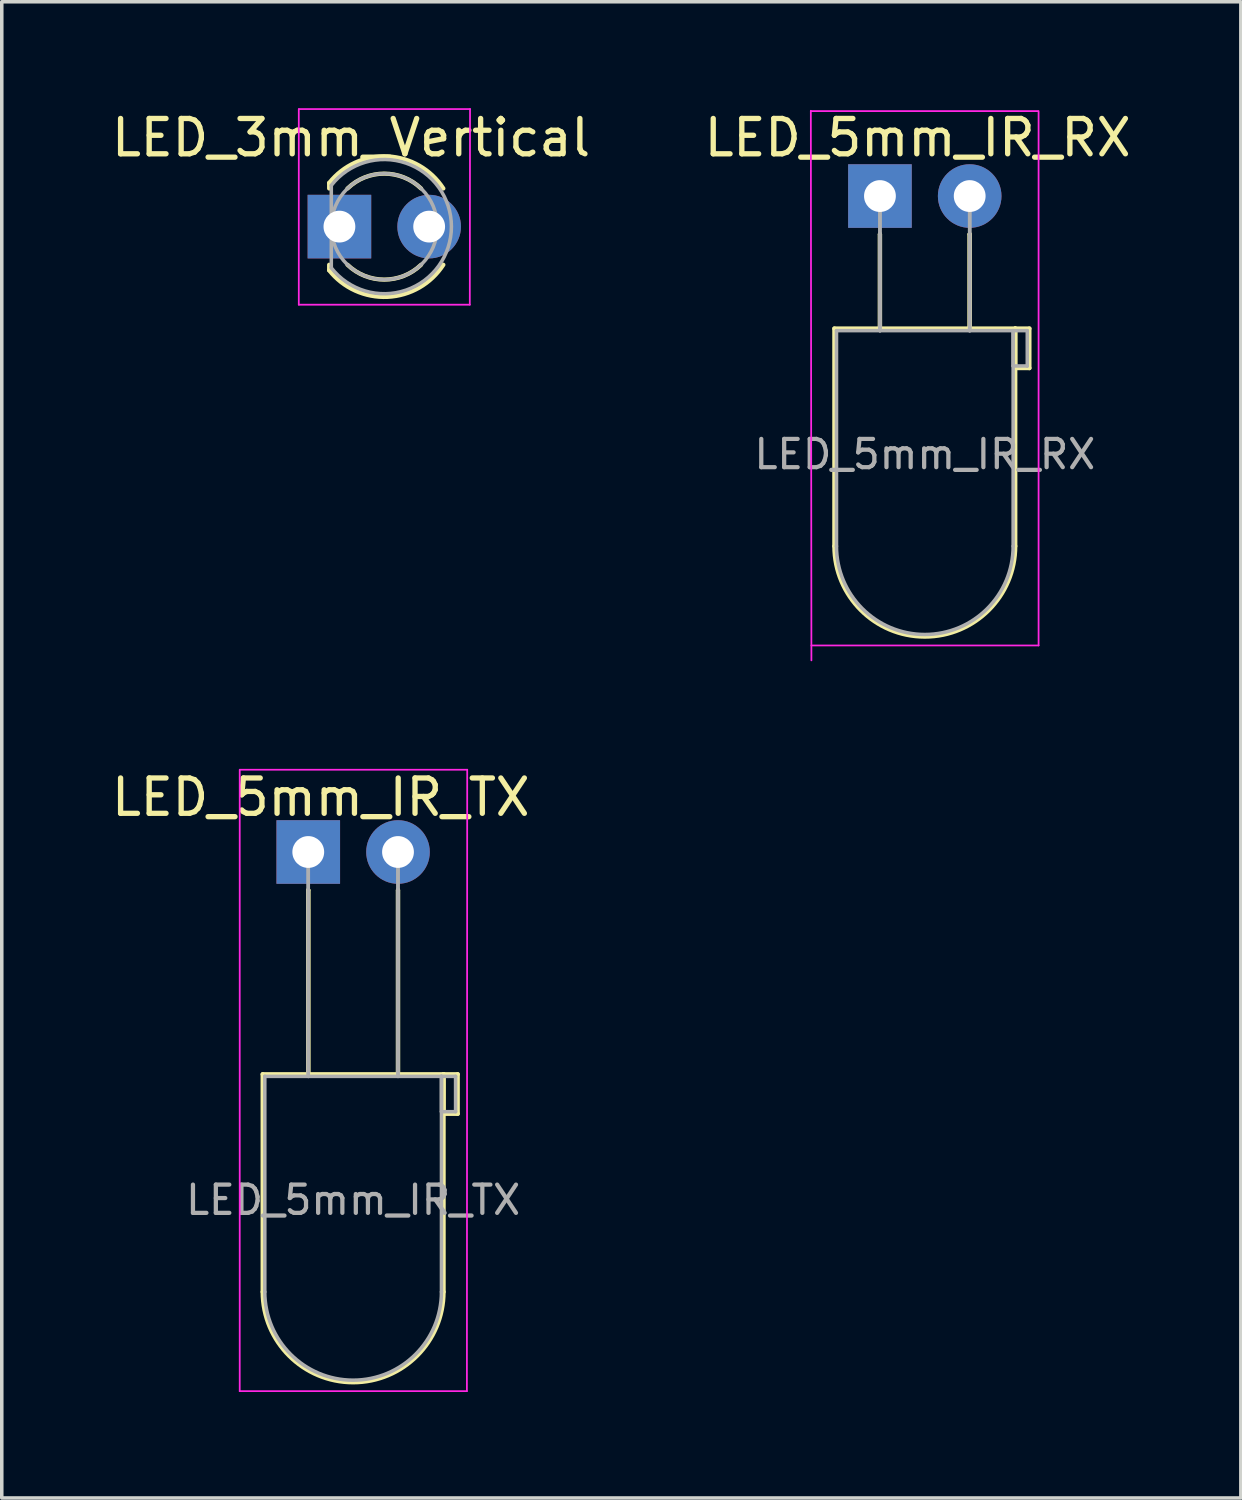
<source format=kicad_pcb>
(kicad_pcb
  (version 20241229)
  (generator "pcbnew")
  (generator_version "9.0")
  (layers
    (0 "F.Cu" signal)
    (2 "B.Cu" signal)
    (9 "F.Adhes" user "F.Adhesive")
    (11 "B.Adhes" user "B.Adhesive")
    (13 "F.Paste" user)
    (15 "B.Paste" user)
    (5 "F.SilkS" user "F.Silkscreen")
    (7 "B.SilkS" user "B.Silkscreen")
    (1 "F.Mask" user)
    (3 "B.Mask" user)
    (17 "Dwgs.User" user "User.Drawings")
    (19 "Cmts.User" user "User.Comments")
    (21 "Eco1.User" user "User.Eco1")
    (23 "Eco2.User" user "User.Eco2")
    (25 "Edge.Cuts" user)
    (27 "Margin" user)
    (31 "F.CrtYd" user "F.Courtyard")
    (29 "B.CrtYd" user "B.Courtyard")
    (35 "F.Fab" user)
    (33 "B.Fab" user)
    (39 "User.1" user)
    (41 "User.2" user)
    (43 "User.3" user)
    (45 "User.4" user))
  (footprint "LED_5mm_IR_TX"
    (layer "F.Cu")
    (at 5.7 19.947)
    (property "Reference" "LED_5mm_IR_TX" (at 0.33 -0.432 0) (layer "F.SilkS") (effects (font (size 1 1) (thickness 0.15))))
    (attr through_hole)
    (fp_line (start -1.315 7.408) (end -1.315 13.568) (stroke (width 0.12) (type solid)) (layer "F.SilkS"))
    (fp_line (start -1.315 7.408) (end 3.805 7.408) (stroke (width 0.12) (type solid)) (layer "F.SilkS"))
    (fp_line (start -0.025 2.198) (end -0.025 2.198) (stroke (width 0.12) (type solid)) (layer "F.SilkS"))
    (fp_line (start -0.025 2.198) (end -0.025 7.408) (stroke (width 0.12) (type solid)) (layer "F.SilkS"))
    (fp_line (start -0.025 7.408) (end -0.025 2.198) (stroke (width 0.12) (type solid)) (layer "F.SilkS"))
    (fp_line (start -0.025 7.408) (end -0.025 7.408) (stroke (width 0.12) (type solid)) (layer "F.SilkS"))
    (fp_line (start 2.515 2.198) (end 2.515 2.198) (stroke (width 0.12) (type solid)) (layer "F.SilkS"))
    (fp_line (start 2.515 2.198) (end 2.515 7.408) (stroke (width 0.12) (type solid)) (layer "F.SilkS"))
    (fp_line (start 2.515 7.408) (end 2.515 2.198) (stroke (width 0.12) (type solid)) (layer "F.SilkS"))
    (fp_line (start 2.515 7.408) (end 2.515 7.408) (stroke (width 0.12) (type solid)) (layer "F.SilkS"))
    (fp_line (start 3.805 7.408) (end 3.805 13.568) (stroke (width 0.12) (type solid)) (layer "F.SilkS"))
    (fp_line (start 3.805 7.408) (end 4.205 7.408) (stroke (width 0.12) (type solid)) (layer "F.SilkS"))
    (fp_line (start 3.805 8.528) (end 3.805 7.408) (stroke (width 0.12) (type solid)) (layer "F.SilkS"))
    (fp_line (start 4.205 7.408) (end 4.205 8.528) (stroke (width 0.12) (type solid)) (layer "F.SilkS"))
    (fp_line (start 4.205 8.528) (end 3.805 8.528) (stroke (width 0.12) (type solid)) (layer "F.SilkS"))
    (fp_arc (start 3.8046 13.5676) (mid 1.2446 16.1276) (end -1.3154 13.5676) (stroke (width 0.12) (type solid)) (layer "F.SilkS"))
    (fp_line (start -1.965 -1.21) (end -1.965 16.378) (stroke (width 0.05) (type solid)) (layer "F.CrtYd"))
    (fp_line (start -1.965 16.378) (end 4.465 16.378) (stroke (width 0.05) (type solid)) (layer "F.CrtYd"))
    (fp_line (start 4.465 16.378) (end 4.474 -1.21) (stroke (width 0.05) (type solid)) (layer "F.CrtYd"))
    (fp_line (start 4.474 -1.21) (end -1.956 -1.21) (stroke (width 0.05) (type solid)) (layer "F.CrtYd"))
    (fp_line (start -1.255 7.468) (end -1.255 13.568) (stroke (width 0.1) (type solid)) (layer "F.Fab"))
    (fp_line (start -1.255 7.468) (end 3.745 7.468) (stroke (width 0.1) (type solid)) (layer "F.Fab"))
    (fp_line (start -0.025 1.118) (end -0.025 1.118) (stroke (width 0.1) (type solid)) (layer "F.Fab"))
    (fp_line (start -0.025 1.118) (end -0.025 7.468) (stroke (width 0.1) (type solid)) (layer "F.Fab"))
    (fp_line (start -0.025 7.468) (end -0.025 1.118) (stroke (width 0.1) (type solid)) (layer "F.Fab"))
    (fp_line (start -0.025 7.468) (end -0.025 7.468) (stroke (width 0.1) (type solid)) (layer "F.Fab"))
    (fp_line (start 2.515 1.118) (end 2.515 1.118) (stroke (width 0.1) (type solid)) (layer "F.Fab"))
    (fp_line (start 2.515 1.118) (end 2.515 7.468) (stroke (width 0.1) (type solid)) (layer "F.Fab"))
    (fp_line (start 2.515 7.468) (end 2.515 1.118) (stroke (width 0.1) (type solid)) (layer "F.Fab"))
    (fp_line (start 2.515 7.468) (end 2.515 7.468) (stroke (width 0.1) (type solid)) (layer "F.Fab"))
    (fp_line (start 3.745 7.468) (end 3.745 13.568) (stroke (width 0.1) (type solid)) (layer "F.Fab"))
    (fp_line (start 3.745 7.468) (end 4.145 7.468) (stroke (width 0.1) (type solid)) (layer "F.Fab"))
    (fp_line (start 3.745 8.468) (end 3.745 7.468) (stroke (width 0.1) (type solid)) (layer "F.Fab"))
    (fp_line (start 4.145 7.468) (end 4.145 8.468) (stroke (width 0.1) (type solid)) (layer "F.Fab"))
    (fp_line (start 4.145 8.468) (end 3.745 8.468) (stroke (width 0.1) (type solid)) (layer "F.Fab"))
    (fp_arc (start 3.7446 13.5676) (mid 1.2446 16.0676) (end -1.2554 13.5676) (stroke (width 0.1) (type solid)) (layer "F.Fab"))
    (fp_text user "${REFERENCE}" (at 1.245 10.968 0) (layer "F.Fab") (effects (font (size 0.8 0.8) (thickness 0.12))))
    (pad "1" thru_hole rect (at -0.025 1.118) (size 1.8 1.8) (drill 0.9) (layers "*.Cu" "B.Mask"))
    (pad "2" thru_hole circle (at 2.515 1.118) (size 1.8 1.8) (drill 0.9) (layers "*.Cu" "B.Mask")))
  (footprint "LED_5mm_IR_RX"
    (layer "F.Cu")
    (at 21.805 1.305)
    (property "Reference" "LED_5mm_IR_RX" (at 1.118 -0.457 0) (layer "F.SilkS") (effects (font (size 1 1) (thickness 0.15))))
    (attr through_hole)
    (fp_line (start -1.239 4.944) (end -1.239 11.104) (stroke (width 0.12) (type solid)) (layer "F.SilkS"))
    (fp_line (start -1.239 4.944) (end 3.881 4.944) (stroke (width 0.12) (type solid)) (layer "F.SilkS"))
    (fp_line (start 0.051 2.274) (end 0.051 2.274) (stroke (width 0.12) (type solid)) (layer "F.SilkS"))
    (fp_line (start 0.051 2.274) (end 0.051 4.944) (stroke (width 0.12) (type solid)) (layer "F.SilkS"))
    (fp_line (start 0.051 4.944) (end 0.051 2.274) (stroke (width 0.12) (type solid)) (layer "F.SilkS"))
    (fp_line (start 0.051 4.944) (end 0.051 4.944) (stroke (width 0.12) (type solid)) (layer "F.SilkS"))
    (fp_line (start 2.591 2.274) (end 2.591 2.274) (stroke (width 0.12) (type solid)) (layer "F.SilkS"))
    (fp_line (start 2.591 2.274) (end 2.591 4.944) (stroke (width 0.12) (type solid)) (layer "F.SilkS"))
    (fp_line (start 2.591 4.944) (end 2.591 2.274) (stroke (width 0.12) (type solid)) (layer "F.SilkS"))
    (fp_line (start 2.591 4.944) (end 2.591 4.944) (stroke (width 0.12) (type solid)) (layer "F.SilkS"))
    (fp_line (start 3.881 4.944) (end 3.881 11.104) (stroke (width 0.12) (type solid)) (layer "F.SilkS"))
    (fp_line (start 3.881 4.944) (end 4.281 4.944) (stroke (width 0.12) (type solid)) (layer "F.SilkS"))
    (fp_line (start 3.881 6.064) (end 3.881 4.944) (stroke (width 0.12) (type solid)) (layer "F.SilkS"))
    (fp_line (start 4.281 4.944) (end 4.281 6.064) (stroke (width 0.12) (type solid)) (layer "F.SilkS"))
    (fp_line (start 4.281 6.064) (end 3.881 6.064) (stroke (width 0.12) (type solid)) (layer "F.SilkS"))
    (fp_arc (start 3.8808 11.1038) (mid 1.3208 13.6638) (end -1.2392 11.1038) (stroke (width 0.12) (type solid)) (layer "F.SilkS"))
    (fp_line (start -1.905 -1.219) (end -1.889 14.336) (stroke (width 0.05) (type solid)) (layer "F.CrtYd"))
    (fp_line (start -1.889 13.914) (end 4.541 13.914) (stroke (width 0.05) (type solid)) (layer "F.CrtYd"))
    (fp_line (start 4.525 -1.21) (end -1.905 -1.21) (stroke (width 0.05) (type solid)) (layer "F.CrtYd"))
    (fp_line (start 4.541 13.914) (end 4.541 -1.21) (stroke (width 0.05) (type solid)) (layer "F.CrtYd"))
    (fp_line (start -1.179 5.004) (end -1.179 11.104) (stroke (width 0.1) (type solid)) (layer "F.Fab"))
    (fp_line (start -1.179 5.004) (end 3.821 5.004) (stroke (width 0.1) (type solid)) (layer "F.Fab"))
    (fp_line (start 0.051 1.194) (end 0.051 1.194) (stroke (width 0.1) (type solid)) (layer "F.Fab"))
    (fp_line (start 0.051 1.194) (end 0.051 5.004) (stroke (width 0.1) (type solid)) (layer "F.Fab"))
    (fp_line (start 0.051 5.004) (end 0.051 1.194) (stroke (width 0.1) (type solid)) (layer "F.Fab"))
    (fp_line (start 0.051 5.004) (end 0.051 5.004) (stroke (width 0.1) (type solid)) (layer "F.Fab"))
    (fp_line (start 2.591 1.194) (end 2.591 1.194) (stroke (width 0.1) (type solid)) (layer "F.Fab"))
    (fp_line (start 2.591 1.194) (end 2.591 5.004) (stroke (width 0.1) (type solid)) (layer "F.Fab"))
    (fp_line (start 2.591 5.004) (end 2.591 1.194) (stroke (width 0.1) (type solid)) (layer "F.Fab"))
    (fp_line (start 2.591 5.004) (end 2.591 5.004) (stroke (width 0.1) (type solid)) (layer "F.Fab"))
    (fp_line (start 3.821 5.004) (end 3.821 11.104) (stroke (width 0.1) (type solid)) (layer "F.Fab"))
    (fp_line (start 3.821 5.004) (end 4.221 5.004) (stroke (width 0.1) (type solid)) (layer "F.Fab"))
    (fp_line (start 3.821 6.004) (end 3.821 5.004) (stroke (width 0.1) (type solid)) (layer "F.Fab"))
    (fp_line (start 4.221 5.004) (end 4.221 6.004) (stroke (width 0.1) (type solid)) (layer "F.Fab"))
    (fp_line (start 4.221 6.004) (end 3.821 6.004) (stroke (width 0.1) (type solid)) (layer "F.Fab"))
    (fp_arc (start 3.8208 11.1038) (mid 1.3208 13.6038) (end -1.1792 11.1038) (stroke (width 0.1) (type solid)) (layer "F.Fab"))
    (fp_text user "${REFERENCE}" (at 1.321 8.504 0) (layer "F.Fab") (effects (font (size 0.8 0.8) (thickness 0.12))))
    (pad "1" thru_hole rect (at 0.051 1.194) (size 1.8 1.8) (drill 0.9) (layers "*.Cu" "B.Mask"))
    (pad "2" thru_hole circle (at 2.591 1.194) (size 1.8 1.8) (drill 0.9) (layers "*.Cu" "B.Mask")))
  (footprint "LED_3mm_Vertical"
    (layer "F.Cu")
    (at 7.852 3.085)
    (property "Reference" "LED_3mm_Vertical" (at -0.965 -2.237 0) (layer "F.SilkS") (effects (font (size 1 1) (thickness 0.15))))
    (attr through_hole)
    (fp_line (start -1.585 -0.957) (end -1.585 -0.801) (stroke (width 0.12) (type solid)) (layer "F.SilkS"))
    (fp_line (start -1.585 1.359) (end -1.585 1.515) (stroke (width 0.12) (type solid)) (layer "F.SilkS"))
    (fp_arc (start -1.5854 -0.956116) (mid 0.070224 -1.708301) (end 1.645997 -0.800661) (stroke (width 0.12) (type solid)) (layer "F.SilkS"))
    (fp_arc (start -1.066361 -0.8006) (mid -0.025436 -1.2206) (end 1.01551 -0.800649) (stroke (width 0.12) (type solid)) (layer "F.SilkS"))
    (fp_arc (start 1.01551 1.359449) (mid -0.025436 1.7794) (end -1.066361 1.3594) (stroke (width 0.12) (type solid)) (layer "F.SilkS"))
    (fp_arc (start 1.645997 1.359461) (mid 0.070224 2.267101) (end -1.5854 1.514916) (stroke (width 0.12) (type solid)) (layer "F.SilkS"))
    (fp_line (start -2.445 -3.048) (end -2.445 2.489) (stroke (width 0.05) (type solid)) (layer "F.CrtYd"))
    (fp_line (start -2.445 2.489) (end 2.395 2.489) (stroke (width 0.05) (type solid)) (layer "F.CrtYd"))
    (fp_line (start 2.395 2.489) (end 2.402 -3.048) (stroke (width 0.05) (type solid)) (layer "F.CrtYd"))
    (fp_line (start 2.402 -3.048) (end -2.438 -3.048) (stroke (width 0.05) (type solid)) (layer "F.CrtYd"))
    (fp_line (start -1.525 -0.887) (end -1.525 1.446) (stroke (width 0.1) (type solid)) (layer "F.Fab"))
    (fp_arc (start -1.5254 -0.88679) (mid 1.8746 0.279363) (end -1.525355 1.445649) (stroke (width 0.1) (type solid)) (layer "F.Fab"))
    (fp_circle (center -0.025 0.279) (end 1.475 0.279) (stroke (width 0.1) (type solid)) (fill no) (layer "F.Fab"))
    (pad "1" thru_hole rect (at -1.295 0.279) (size 1.8 1.8) (drill 0.9) (layers "*.Cu" "B.Mask"))
    (pad "2" thru_hole circle (at 1.245 0.279) (size 1.8 1.8) (drill 0.9) (layers "*.Cu" "B.Mask")))
  (gr_rect
    (start -3 -3)
    (end 32.071 39.349)
    (stroke (width 0.1) (type default))
    (fill no)
    (layer "Edge.Cuts")))
</source>
